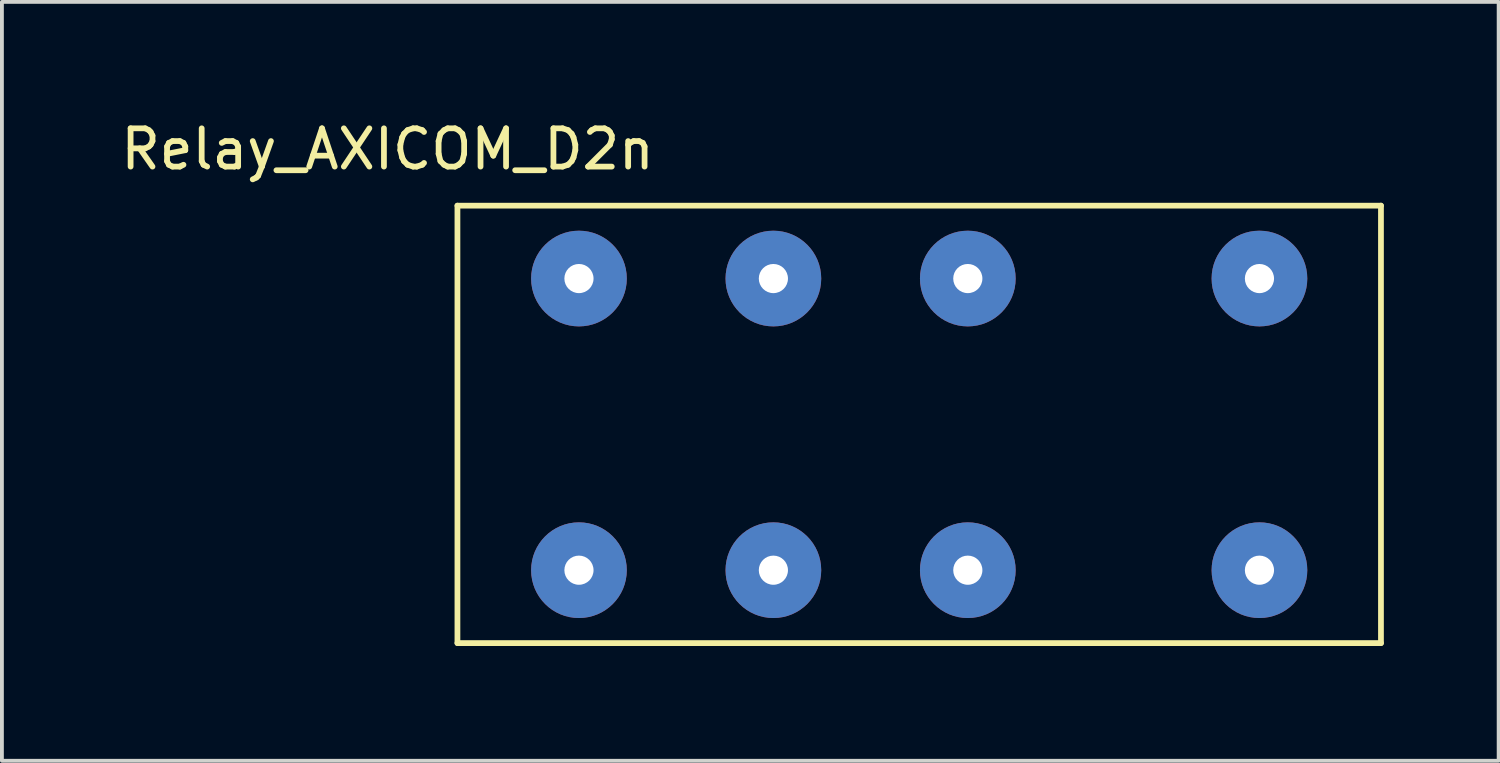
<source format=kicad_pcb>
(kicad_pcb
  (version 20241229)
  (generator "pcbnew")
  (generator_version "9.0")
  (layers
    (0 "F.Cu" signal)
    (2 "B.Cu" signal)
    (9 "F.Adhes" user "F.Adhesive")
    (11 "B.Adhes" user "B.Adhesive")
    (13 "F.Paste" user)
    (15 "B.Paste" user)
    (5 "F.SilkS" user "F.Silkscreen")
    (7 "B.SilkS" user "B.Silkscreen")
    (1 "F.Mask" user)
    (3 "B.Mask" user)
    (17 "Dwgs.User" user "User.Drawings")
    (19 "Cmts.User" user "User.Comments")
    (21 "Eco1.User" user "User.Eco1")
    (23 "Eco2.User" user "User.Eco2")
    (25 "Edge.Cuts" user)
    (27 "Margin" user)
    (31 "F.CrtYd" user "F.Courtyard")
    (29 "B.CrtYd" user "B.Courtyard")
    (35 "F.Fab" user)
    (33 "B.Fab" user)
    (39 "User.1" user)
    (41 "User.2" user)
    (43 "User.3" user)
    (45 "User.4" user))
  (footprint "Relay_AXICOM_D2n"
    (layer "F.Cu")
    (at 12.077 11.848)
    (property "Reference" "Relay_AXICOM_D2n" (at -5 -11 0) (layer "F.SilkS") (effects (font (size 1 1) (thickness 0.15))))
    (attr through_hole)
    (fp_line (start -3.175 -9.525) (end 20.955 -9.525) (stroke (width 0.15) (type solid)) (layer "F.SilkS"))
    (fp_line (start -3.175 1.905) (end -3.175 -9.525) (stroke (width 0.15) (type solid)) (layer "F.SilkS"))
    (fp_line (start 20.955 -9.525) (end 20.955 1.905) (stroke (width 0.15) (type solid)) (layer "F.SilkS"))
    (fp_line (start 20.955 1.905) (end -3.175 1.905) (stroke (width 0.15) (type solid)) (layer "F.SilkS"))
    (pad "1" thru_hole circle (at 0 0) (size 2.5 2.5) (drill 0.762) (layers "*.Cu" "*.Mask"))
    (pad "3" thru_hole circle (at 5.08 0) (size 2.5 2.5) (drill 0.762) (layers "*.Cu" "*.Mask"))
    (pad "5" thru_hole circle (at 10.16 0) (size 2.5 2.5) (drill 0.762) (layers "*.Cu" "*.Mask"))
    (pad "8" thru_hole circle (at 17.78 0) (size 2.5 2.5) (drill 0.762) (layers "*.Cu" "*.Mask"))
    (pad "9" thru_hole circle (at 17.78 -7.62) (size 2.5 2.5) (drill 0.762) (layers "*.Cu" "*.Mask"))
    (pad "12" thru_hole circle (at 10.16 -7.62) (size 2.5 2.5) (drill 0.762) (layers "*.Cu" "*.Mask"))
    (pad "14" thru_hole circle (at 5.08 -7.62) (size 2.5 2.5) (drill 0.762) (layers "*.Cu" "*.Mask"))
    (pad "16" thru_hole circle (at 0 -7.62) (size 2.5 2.5) (drill 0.762) (layers "*.Cu" "*.Mask")))
  (gr_rect
    (start -3 -3)
    (end 36.107 16.828)
    (stroke (width 0.1) (type default))
    (fill no)
    (layer "Edge.Cuts")))
</source>
